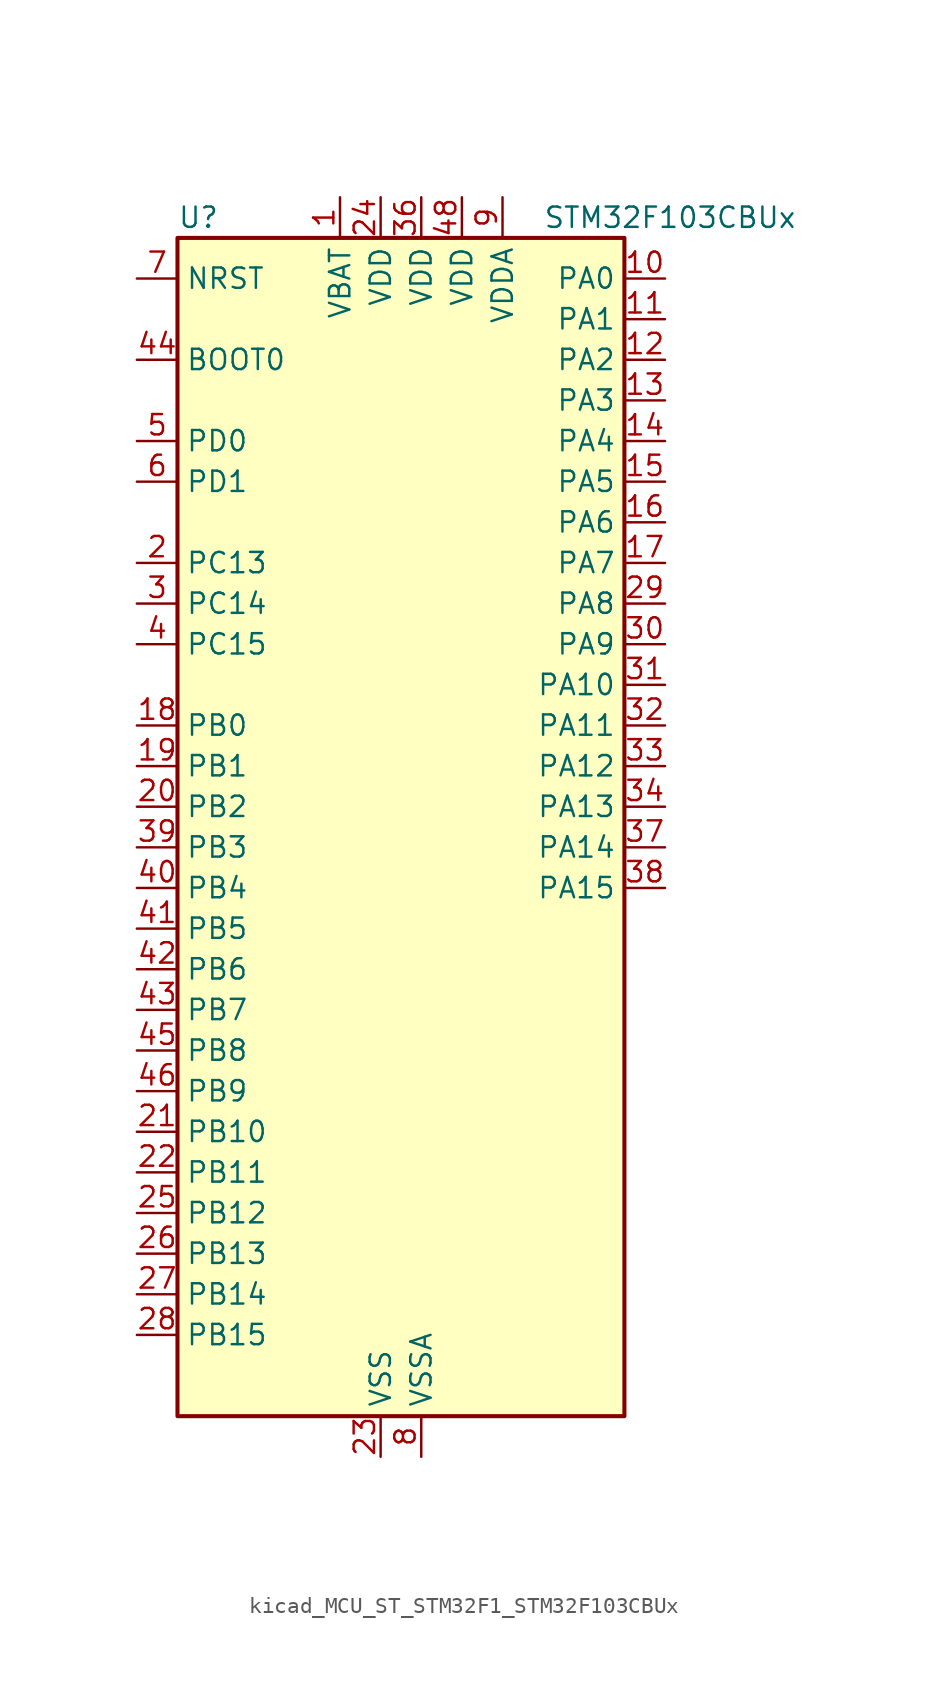
<source format=kicad_sym>
(kicad_symbol_lib
  (version 20220914)
  (generator kicad_symbol_editor)
  (symbol "kicad_MCU_ST_STM32F1_STM32F103CBUx"
    (property "Reference" "U"
      (at -12.7 39.37 0)
      (effects (font (size 1.27 1.27)) (justify left)))
    (property "Value" "STM32F103CBUx"
      (at 10.16 39.37 0)
      (effects (font (size 1.27 1.27)) (justify left)))
    (property "ki_locked" ""
      (at 0 0 0)
      (effects (font (size 1.27 1.27))))
    (symbol "kicad_MCU_ST_STM32F1_STM32F103CBUx_0_1"
      (rectangle (start -12.7 -35.56) (end 15.24 38.1) (stroke (width 0.254) (type default)) (fill (type background))))
    (symbol "kicad_MCU_ST_STM32F1_STM32F103CBUx_1_1"
      (pin power_in line (at -2.54 40.64 270) (length 2.54) (name "VBAT" (effects (font (size 1.27 1.27)))) (number "1" (effects (font (size 1.27 1.27)))))
      (pin bidirectional line (at 17.78 35.56 180) (length 2.54) (name "PA0" (effects (font (size 1.27 1.27)))) (number "10" (effects (font (size 1.27 1.27)))) (alternate "ADC1_IN0" bidirectional line) (alternate "ADC2_IN0" bidirectional line) (alternate "SYS_WKUP" bidirectional line) (alternate "TIM2_CH1" bidirectional line) (alternate "TIM2_ETR" bidirectional line) (alternate "USART2_CTS" bidirectional line))
      (pin bidirectional line (at 17.78 33.02 180) (length 2.54) (name "PA1" (effects (font (size 1.27 1.27)))) (number "11" (effects (font (size 1.27 1.27)))) (alternate "ADC1_IN1" bidirectional line) (alternate "ADC2_IN1" bidirectional line) (alternate "TIM2_CH2" bidirectional line) (alternate "USART2_RTS" bidirectional line))
      (pin bidirectional line (at 17.78 30.48 180) (length 2.54) (name "PA2" (effects (font (size 1.27 1.27)))) (number "12" (effects (font (size 1.27 1.27)))) (alternate "ADC1_IN2" bidirectional line) (alternate "ADC2_IN2" bidirectional line) (alternate "TIM2_CH3" bidirectional line) (alternate "USART2_TX" bidirectional line))
      (pin bidirectional line (at 17.78 27.94 180) (length 2.54) (name "PA3" (effects (font (size 1.27 1.27)))) (number "13" (effects (font (size 1.27 1.27)))) (alternate "ADC1_IN3" bidirectional line) (alternate "ADC2_IN3" bidirectional line) (alternate "TIM2_CH4" bidirectional line) (alternate "USART2_RX" bidirectional line))
      (pin bidirectional line (at 17.78 25.4 180) (length 2.54) (name "PA4" (effects (font (size 1.27 1.27)))) (number "14" (effects (font (size 1.27 1.27)))) (alternate "ADC1_IN4" bidirectional line) (alternate "ADC2_IN4" bidirectional line) (alternate "SPI1_NSS" bidirectional line) (alternate "USART2_CK" bidirectional line))
      (pin bidirectional line (at 17.78 22.86 180) (length 2.54) (name "PA5" (effects (font (size 1.27 1.27)))) (number "15" (effects (font (size 1.27 1.27)))) (alternate "ADC1_IN5" bidirectional line) (alternate "ADC2_IN5" bidirectional line) (alternate "SPI1_SCK" bidirectional line))
      (pin bidirectional line (at 17.78 20.32 180) (length 2.54) (name "PA6" (effects (font (size 1.27 1.27)))) (number "16" (effects (font (size 1.27 1.27)))) (alternate "ADC1_IN6" bidirectional line) (alternate "ADC2_IN6" bidirectional line) (alternate "SPI1_MISO" bidirectional line) (alternate "TIM1_BKIN" bidirectional line) (alternate "TIM3_CH1" bidirectional line))
      (pin bidirectional line (at 17.78 17.78 180) (length 2.54) (name "PA7" (effects (font (size 1.27 1.27)))) (number "17" (effects (font (size 1.27 1.27)))) (alternate "ADC1_IN7" bidirectional line) (alternate "ADC2_IN7" bidirectional line) (alternate "SPI1_MOSI" bidirectional line) (alternate "TIM1_CH1N" bidirectional line) (alternate "TIM3_CH2" bidirectional line))
      (pin bidirectional line (at -15.24 7.62 0) (length 2.54) (name "PB0" (effects (font (size 1.27 1.27)))) (number "18" (effects (font (size 1.27 1.27)))) (alternate "ADC1_IN8" bidirectional line) (alternate "ADC2_IN8" bidirectional line) (alternate "TIM1_CH2N" bidirectional line) (alternate "TIM3_CH3" bidirectional line))
      (pin bidirectional line (at -15.24 5.08 0) (length 2.54) (name "PB1" (effects (font (size 1.27 1.27)))) (number "19" (effects (font (size 1.27 1.27)))) (alternate "ADC1_IN9" bidirectional line) (alternate "ADC2_IN9" bidirectional line) (alternate "TIM1_CH3N" bidirectional line) (alternate "TIM3_CH4" bidirectional line))
      (pin bidirectional line (at -15.24 17.78 0) (length 2.54) (name "PC13" (effects (font (size 1.27 1.27)))) (number "2" (effects (font (size 1.27 1.27)))) (alternate "RTC_OUT" bidirectional line) (alternate "RTC_TAMPER" bidirectional line))
      (pin bidirectional line (at -15.24 2.54 0) (length 2.54) (name "PB2" (effects (font (size 1.27 1.27)))) (number "20" (effects (font (size 1.27 1.27)))))
      (pin bidirectional line (at -15.24 -17.78 0) (length 2.54) (name "PB10" (effects (font (size 1.27 1.27)))) (number "21" (effects (font (size 1.27 1.27)))) (alternate "I2C2_SCL" bidirectional line) (alternate "TIM2_CH3" bidirectional line) (alternate "USART3_TX" bidirectional line))
      (pin bidirectional line (at -15.24 -20.32 0) (length 2.54) (name "PB11" (effects (font (size 1.27 1.27)))) (number "22" (effects (font (size 1.27 1.27)))) (alternate "ADC1_EXTI11" bidirectional line) (alternate "ADC2_EXTI11" bidirectional line) (alternate "I2C2_SDA" bidirectional line) (alternate "TIM2_CH4" bidirectional line) (alternate "USART3_RX" bidirectional line))
      (pin power_in line (at 0 -38.1 90) (length 2.54) (name "VSS" (effects (font (size 1.27 1.27)))) (number "23" (effects (font (size 1.27 1.27)))))
      (pin power_in line (at 0 40.64 270) (length 2.54) (name "VDD" (effects (font (size 1.27 1.27)))) (number "24" (effects (font (size 1.27 1.27)))))
      (pin bidirectional line (at -15.24 -22.86 0) (length 2.54) (name "PB12" (effects (font (size 1.27 1.27)))) (number "25" (effects (font (size 1.27 1.27)))) (alternate "I2C2_SMBA" bidirectional line) (alternate "SPI2_NSS" bidirectional line) (alternate "TIM1_BKIN" bidirectional line) (alternate "USART3_CK" bidirectional line))
      (pin bidirectional line (at -15.24 -25.4 0) (length 2.54) (name "PB13" (effects (font (size 1.27 1.27)))) (number "26" (effects (font (size 1.27 1.27)))) (alternate "SPI2_SCK" bidirectional line) (alternate "TIM1_CH1N" bidirectional line) (alternate "USART3_CTS" bidirectional line))
      (pin bidirectional line (at -15.24 -27.94 0) (length 2.54) (name "PB14" (effects (font (size 1.27 1.27)))) (number "27" (effects (font (size 1.27 1.27)))) (alternate "SPI2_MISO" bidirectional line) (alternate "TIM1_CH2N" bidirectional line) (alternate "USART3_RTS" bidirectional line))
      (pin bidirectional line (at -15.24 -30.48 0) (length 2.54) (name "PB15" (effects (font (size 1.27 1.27)))) (number "28" (effects (font (size 1.27 1.27)))) (alternate "ADC1_EXTI15" bidirectional line) (alternate "ADC2_EXTI15" bidirectional line) (alternate "SPI2_MOSI" bidirectional line) (alternate "TIM1_CH3N" bidirectional line))
      (pin bidirectional line (at 17.78 15.24 180) (length 2.54) (name "PA8" (effects (font (size 1.27 1.27)))) (number "29" (effects (font (size 1.27 1.27)))) (alternate "RCC_MCO" bidirectional line) (alternate "TIM1_CH1" bidirectional line) (alternate "USART1_CK" bidirectional line))
      (pin bidirectional line (at -15.24 15.24 0) (length 2.54) (name "PC14" (effects (font (size 1.27 1.27)))) (number "3" (effects (font (size 1.27 1.27)))) (alternate "RCC_OSC32_IN" bidirectional line))
      (pin bidirectional line (at 17.78 12.7 180) (length 2.54) (name "PA9" (effects (font (size 1.27 1.27)))) (number "30" (effects (font (size 1.27 1.27)))) (alternate "TIM1_CH2" bidirectional line) (alternate "USART1_TX" bidirectional line))
      (pin bidirectional line (at 17.78 10.16 180) (length 2.54) (name "PA10" (effects (font (size 1.27 1.27)))) (number "31" (effects (font (size 1.27 1.27)))) (alternate "TIM1_CH3" bidirectional line) (alternate "USART1_RX" bidirectional line))
      (pin bidirectional line (at 17.78 7.62 180) (length 2.54) (name "PA11" (effects (font (size 1.27 1.27)))) (number "32" (effects (font (size 1.27 1.27)))) (alternate "ADC1_EXTI11" bidirectional line) (alternate "ADC2_EXTI11" bidirectional line) (alternate "CAN_RX" bidirectional line) (alternate "TIM1_CH4" bidirectional line) (alternate "USART1_CTS" bidirectional line) (alternate "USB_DM" bidirectional line))
      (pin bidirectional line (at 17.78 5.08 180) (length 2.54) (name "PA12" (effects (font (size 1.27 1.27)))) (number "33" (effects (font (size 1.27 1.27)))) (alternate "CAN_TX" bidirectional line) (alternate "TIM1_ETR" bidirectional line) (alternate "USART1_RTS" bidirectional line) (alternate "USB_DP" bidirectional line))
      (pin bidirectional line (at 17.78 2.54 180) (length 2.54) (name "PA13" (effects (font (size 1.27 1.27)))) (number "34" (effects (font (size 1.27 1.27)))) (alternate "SYS_JTMS-SWDIO" bidirectional line))
      (pin passive line (at 0 -38.1 90) (length 2.54) hide (name "VSS" (effects (font (size 1.27 1.27)))) (number "35" (effects (font (size 1.27 1.27)))))
      (pin power_in line (at 2.54 40.64 270) (length 2.54) (name "VDD" (effects (font (size 1.27 1.27)))) (number "36" (effects (font (size 1.27 1.27)))))
      (pin bidirectional line (at 17.78 0 180) (length 2.54) (name "PA14" (effects (font (size 1.27 1.27)))) (number "37" (effects (font (size 1.27 1.27)))) (alternate "SYS_JTCK-SWCLK" bidirectional line))
      (pin bidirectional line (at 17.78 -2.54 180) (length 2.54) (name "PA15" (effects (font (size 1.27 1.27)))) (number "38" (effects (font (size 1.27 1.27)))) (alternate "ADC1_EXTI15" bidirectional line) (alternate "ADC2_EXTI15" bidirectional line) (alternate "SPI1_NSS" bidirectional line) (alternate "SYS_JTDI" bidirectional line) (alternate "TIM2_CH1" bidirectional line) (alternate "TIM2_ETR" bidirectional line))
      (pin bidirectional line (at -15.24 0 0) (length 2.54) (name "PB3" (effects (font (size 1.27 1.27)))) (number "39" (effects (font (size 1.27 1.27)))) (alternate "SPI1_SCK" bidirectional line) (alternate "SYS_JTDO-TRACESWO" bidirectional line) (alternate "TIM2_CH2" bidirectional line))
      (pin bidirectional line (at -15.24 12.7 0) (length 2.54) (name "PC15" (effects (font (size 1.27 1.27)))) (number "4" (effects (font (size 1.27 1.27)))) (alternate "ADC1_EXTI15" bidirectional line) (alternate "ADC2_EXTI15" bidirectional line) (alternate "RCC_OSC32_OUT" bidirectional line))
      (pin bidirectional line (at -15.24 -2.54 0) (length 2.54) (name "PB4" (effects (font (size 1.27 1.27)))) (number "40" (effects (font (size 1.27 1.27)))) (alternate "SPI1_MISO" bidirectional line) (alternate "SYS_NJTRST" bidirectional line) (alternate "TIM3_CH1" bidirectional line))
      (pin bidirectional line (at -15.24 -5.08 0) (length 2.54) (name "PB5" (effects (font (size 1.27 1.27)))) (number "41" (effects (font (size 1.27 1.27)))) (alternate "I2C1_SMBA" bidirectional line) (alternate "SPI1_MOSI" bidirectional line) (alternate "TIM3_CH2" bidirectional line))
      (pin bidirectional line (at -15.24 -7.62 0) (length 2.54) (name "PB6" (effects (font (size 1.27 1.27)))) (number "42" (effects (font (size 1.27 1.27)))) (alternate "I2C1_SCL" bidirectional line) (alternate "TIM4_CH1" bidirectional line) (alternate "USART1_TX" bidirectional line))
      (pin bidirectional line (at -15.24 -10.16 0) (length 2.54) (name "PB7" (effects (font (size 1.27 1.27)))) (number "43" (effects (font (size 1.27 1.27)))) (alternate "I2C1_SDA" bidirectional line) (alternate "TIM4_CH2" bidirectional line) (alternate "USART1_RX" bidirectional line))
      (pin input line (at -15.24 30.48 0) (length 2.54) (name "BOOT0" (effects (font (size 1.27 1.27)))) (number "44" (effects (font (size 1.27 1.27)))))
      (pin bidirectional line (at -15.24 -12.7 0) (length 2.54) (name "PB8" (effects (font (size 1.27 1.27)))) (number "45" (effects (font (size 1.27 1.27)))) (alternate "CAN_RX" bidirectional line) (alternate "I2C1_SCL" bidirectional line) (alternate "TIM4_CH3" bidirectional line))
      (pin bidirectional line (at -15.24 -15.24 0) (length 2.54) (name "PB9" (effects (font (size 1.27 1.27)))) (number "46" (effects (font (size 1.27 1.27)))) (alternate "CAN_TX" bidirectional line) (alternate "I2C1_SDA" bidirectional line) (alternate "TIM4_CH4" bidirectional line))
      (pin passive line (at 0 -38.1 90) (length 2.54) hide (name "VSS" (effects (font (size 1.27 1.27)))) (number "47" (effects (font (size 1.27 1.27)))))
      (pin power_in line (at 5.08 40.64 270) (length 2.54) (name "VDD" (effects (font (size 1.27 1.27)))) (number "48" (effects (font (size 1.27 1.27)))))
      (pin passive line (at 0 -38.1 90) (length 2.54) hide (name "VSS" (effects (font (size 1.27 1.27)))) (number "49" (effects (font (size 1.27 1.27)))))
      (pin bidirectional line (at -15.24 25.4 0) (length 2.54) (name "PD0" (effects (font (size 1.27 1.27)))) (number "5" (effects (font (size 1.27 1.27)))) (alternate "RCC_OSC_IN" bidirectional line))
      (pin bidirectional line (at -15.24 22.86 0) (length 2.54) (name "PD1" (effects (font (size 1.27 1.27)))) (number "6" (effects (font (size 1.27 1.27)))) (alternate "RCC_OSC_OUT" bidirectional line))
      (pin input line (at -15.24 35.56 0) (length 2.54) (name "NRST" (effects (font (size 1.27 1.27)))) (number "7" (effects (font (size 1.27 1.27)))))
      (pin power_in line (at 2.54 -38.1 90) (length 2.54) (name "VSSA" (effects (font (size 1.27 1.27)))) (number "8" (effects (font (size 1.27 1.27)))))
      (pin power_in line (at 7.62 40.64 270) (length 2.54) (name "VDDA" (effects (font (size 1.27 1.27)))) (number "9" (effects (font (size 1.27 1.27))))))))
</source>
